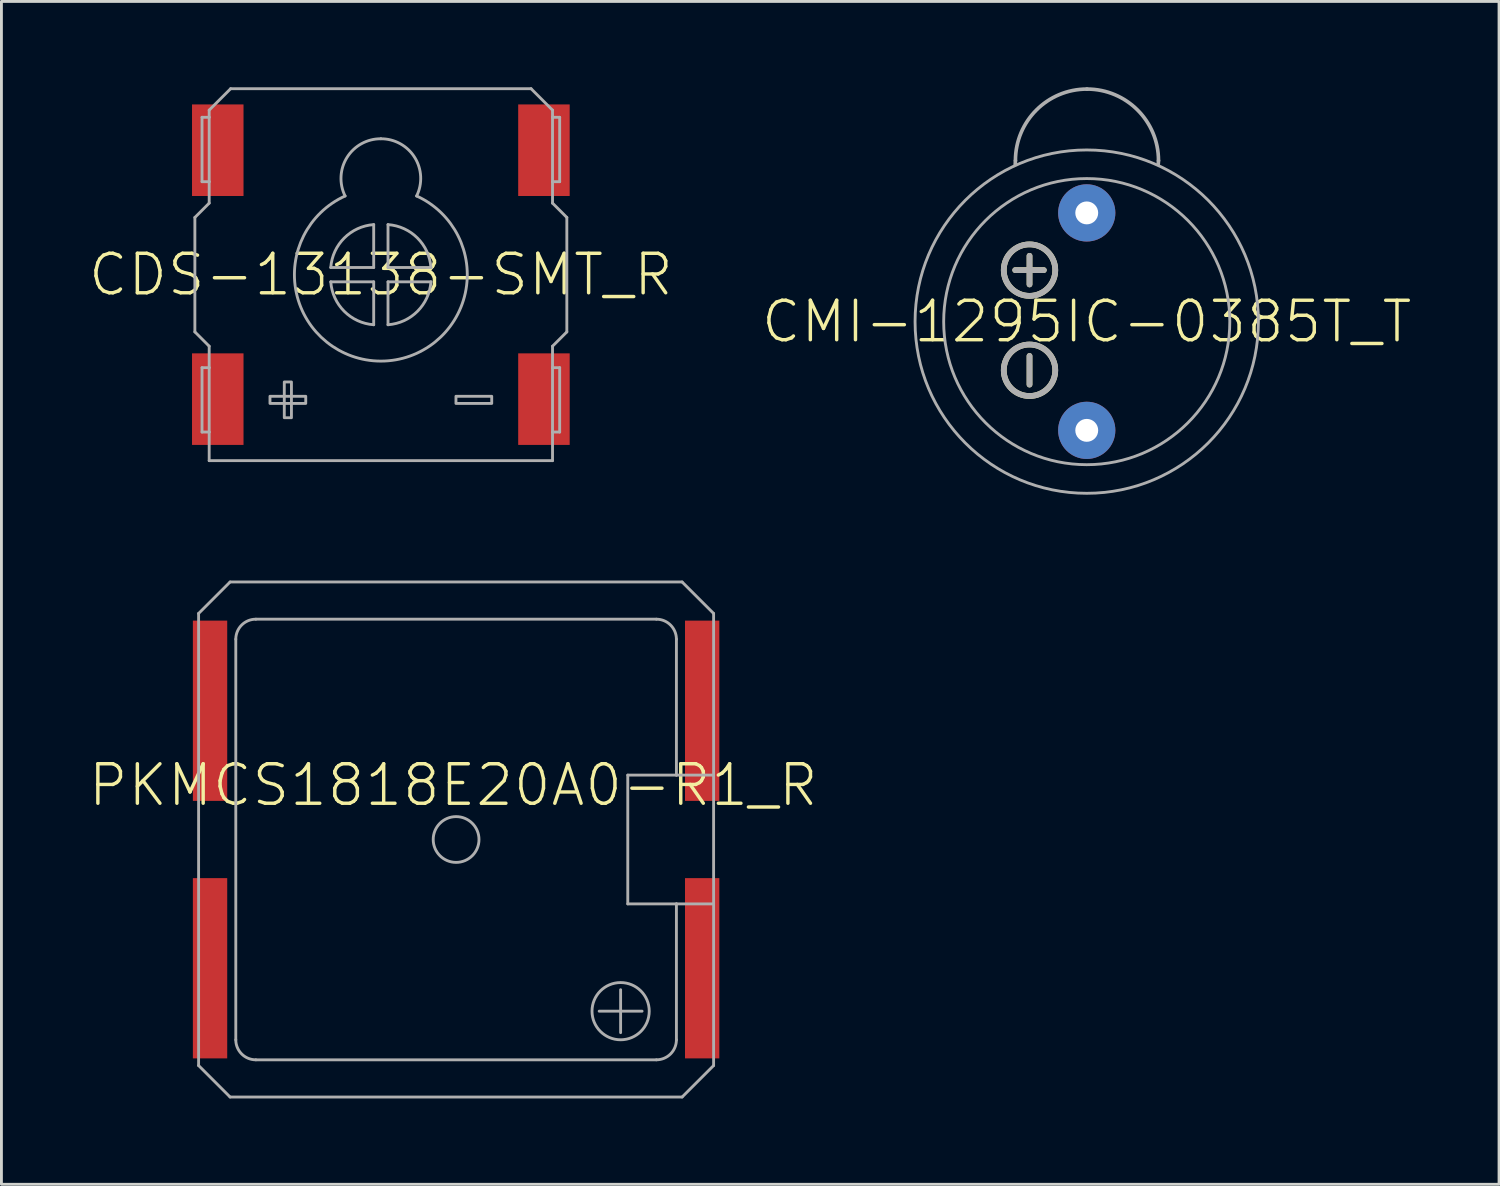
<source format=kicad_pcb>
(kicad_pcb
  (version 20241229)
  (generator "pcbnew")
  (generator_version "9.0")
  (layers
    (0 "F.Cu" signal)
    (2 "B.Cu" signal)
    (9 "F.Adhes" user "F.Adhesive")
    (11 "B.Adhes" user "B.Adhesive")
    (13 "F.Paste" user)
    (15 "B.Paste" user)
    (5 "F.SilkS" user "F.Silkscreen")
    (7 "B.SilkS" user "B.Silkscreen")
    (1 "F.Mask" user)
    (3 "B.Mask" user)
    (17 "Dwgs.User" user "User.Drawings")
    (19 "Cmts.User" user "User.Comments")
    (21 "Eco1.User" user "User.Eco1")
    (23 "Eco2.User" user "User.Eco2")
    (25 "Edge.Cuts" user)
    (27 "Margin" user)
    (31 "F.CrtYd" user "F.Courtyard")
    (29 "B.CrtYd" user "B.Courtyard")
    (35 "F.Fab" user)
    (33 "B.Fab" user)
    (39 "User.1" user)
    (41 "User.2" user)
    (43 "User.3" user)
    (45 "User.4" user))
  (footprint "CMI-1295IC-0385T_T"
    (layer "F.Cu")
    (at 34.932 8.191)
    (property "Reference" "CMI-1295IC-0385T_T" (at 0 0 0) (unlocked yes) (layer "F.SilkS") (effects (font (size 1.38 1.38) (thickness 0.12))))
    (fp_line (start -2 -2.3) (end -2 -1.3) (stroke (width 0.2) (type solid)) (layer "F.SilkS"))
    (fp_line (start -2 1.2) (end -2 2.2) (stroke (width 0.2) (type solid)) (layer "F.SilkS"))
    (fp_line (start -1.5 -1.8) (end -2.5 -1.8) (stroke (width 0.2) (type solid)) (layer "F.SilkS"))
    (fp_circle (center -2 -1.8) (end -1.1 -1.8) (stroke (width 0.2) (type solid)) (fill no) (layer "F.SilkS"))
    (fp_circle (center -2 1.7) (end -1.1 1.7) (stroke (width 0.2) (type solid)) (fill no) (layer "F.SilkS"))
    (fp_line (start -2.492 -5.628) (end -2.5 -5.5) (stroke (width 0.127) (type solid)) (layer "F.Fab"))
    (fp_line (start -2 -2.3) (end -2 -1.3) (stroke (width 0.2) (type solid)) (layer "F.Fab"))
    (fp_line (start -2 1.2) (end -2 2.2) (stroke (width 0.2) (type solid)) (layer "F.Fab"))
    (fp_line (start -1.5 -1.8) (end -2.5 -1.8) (stroke (width 0.2) (type solid)) (layer "F.Fab"))
    (fp_line (start 2.508 -5.628) (end 2.5 -5.5) (stroke (width 0.127) (type solid)) (layer "F.Fab"))
    (fp_arc (start -2.492 -5.628) (mid -1.759767 -7.395767) (end 0.008 -8.128) (stroke (width 0.127) (type solid)) (layer "F.Fab"))
    (fp_arc (start 0.008 -8.128) (mid 1.775767 -7.395766) (end 2.507999 -5.627999) (stroke (width 0.127) (type solid)) (layer "F.Fab"))
    (fp_circle (center -2 -1.8) (end -1.1 -1.8) (stroke (width 0.2) (type solid)) (fill no) (layer "F.Fab"))
    (fp_circle (center -2 1.7) (end -1.1 1.7) (stroke (width 0.2) (type solid)) (fill no) (layer "F.Fab"))
    (fp_circle (center 0 0) (end 5 0) (stroke (width 0.1) (type solid)) (fill no) (layer "F.Fab"))
    (fp_circle (center 0 0) (end 6 0) (stroke (width 0.1) (type solid)) (fill no) (layer "F.Fab"))
    (pad "M" thru_hole circle (at 0 3.8) (size 2 2) (drill 0.8) (layers "*.Cu" "*.Mask"))
    (pad "P" thru_hole circle (at 0 -3.8) (size 2 2) (drill 0.8) (layers "*.Cu" "*.Mask")))
  (footprint "CDS-13138-SMT_R"
    (layer "F.Cu")
    (at 10.261 6.55)
    (property "Reference" "CDS-13138-SMT_R" (at 0 0 0) (unlocked yes) (layer "F.SilkS") (effects (font (size 1.38 1.38) (thickness 0.12))))
    (fp_line (start -6.5 -2) (end -6.5 2) (stroke (width 0.1) (type solid)) (layer "F.Fab"))
    (fp_line (start -6.25 -5.5) (end -6 -5.5) (stroke (width 0.1) (type solid)) (layer "F.Fab"))
    (fp_line (start -6.25 -3.25) (end -6.25 -5.5) (stroke (width 0.1) (type solid)) (layer "F.Fab"))
    (fp_line (start -6.25 3.25) (end -6 3.25) (stroke (width 0.1) (type solid)) (layer "F.Fab"))
    (fp_line (start -6.25 5.5) (end -6.25 3.25) (stroke (width 0.1) (type solid)) (layer "F.Fab"))
    (fp_line (start -6 -5.75) (end -5.25 -6.5) (stroke (width 0.1) (type solid)) (layer "F.Fab"))
    (fp_line (start -6 -5.5) (end -6 -5.75) (stroke (width 0.1) (type solid)) (layer "F.Fab"))
    (fp_line (start -6 -3.25) (end -6.25 -3.25) (stroke (width 0.1) (type solid)) (layer "F.Fab"))
    (fp_line (start -6 -3.25) (end -6 -5.5) (stroke (width 0.1) (type solid)) (layer "F.Fab"))
    (fp_line (start -6 -2.5) (end -6.5 -2) (stroke (width 0.1) (type solid)) (layer "F.Fab"))
    (fp_line (start -6 -2.5) (end -6 -3.25) (stroke (width 0.1) (type solid)) (layer "F.Fab"))
    (fp_line (start -6 2.5) (end -6.5 2) (stroke (width 0.1) (type solid)) (layer "F.Fab"))
    (fp_line (start -6 3.25) (end -6 2.5) (stroke (width 0.1) (type solid)) (layer "F.Fab"))
    (fp_line (start -6 5.5) (end -6.25 5.5) (stroke (width 0.1) (type solid)) (layer "F.Fab"))
    (fp_line (start -6 5.5) (end -6 3.25) (stroke (width 0.1) (type solid)) (layer "F.Fab"))
    (fp_line (start -6 6.5) (end -6 5.5) (stroke (width 0.1) (type solid)) (layer "F.Fab"))
    (fp_line (start -6 6.5) (end 6 6.5) (stroke (width 0.1) (type solid)) (layer "F.Fab"))
    (fp_line (start -1.75 0.25) (end -0.25 0.25) (stroke (width 0.1) (type solid)) (layer "F.Fab"))
    (fp_line (start -0.25 -1.75) (end -0.25 -0.25) (stroke (width 0.1) (type solid)) (layer "F.Fab"))
    (fp_line (start -0.25 -0.25) (end -1.75 -0.25) (stroke (width 0.1) (type solid)) (layer "F.Fab"))
    (fp_line (start -0.25 0.25) (end -0.25 1.75) (stroke (width 0.1) (type solid)) (layer "F.Fab"))
    (fp_line (start 0.25 -0.25) (end 0.25 -1.75) (stroke (width 0.1) (type solid)) (layer "F.Fab"))
    (fp_line (start 0.25 0.25) (end 1.75 0.25) (stroke (width 0.1) (type solid)) (layer "F.Fab"))
    (fp_line (start 0.25 1.75) (end 0.25 0.25) (stroke (width 0.1) (type solid)) (layer "F.Fab"))
    (fp_line (start 1.75 -0.25) (end 0.25 -0.25) (stroke (width 0.1) (type solid)) (layer "F.Fab"))
    (fp_line (start 5.25 -6.5) (end -5.25 -6.5) (stroke (width 0.1) (type solid)) (layer "F.Fab"))
    (fp_line (start 6 -5.75) (end 5.25 -6.5) (stroke (width 0.1) (type solid)) (layer "F.Fab"))
    (fp_line (start 6 -5.5) (end 6 -5.75) (stroke (width 0.1) (type solid)) (layer "F.Fab"))
    (fp_line (start 6 -5.5) (end 6.25 -5.5) (stroke (width 0.1) (type solid)) (layer "F.Fab"))
    (fp_line (start 6 -3.25) (end 6 -5.5) (stroke (width 0.1) (type solid)) (layer "F.Fab"))
    (fp_line (start 6 -2.5) (end 6 -3.25) (stroke (width 0.1) (type solid)) (layer "F.Fab"))
    (fp_line (start 6 -2.5) (end 6.5 -2) (stroke (width 0.1) (type solid)) (layer "F.Fab"))
    (fp_line (start 6 2.5) (end 6.5 2) (stroke (width 0.1) (type solid)) (layer "F.Fab"))
    (fp_line (start 6 3.25) (end 6 2.5) (stroke (width 0.1) (type solid)) (layer "F.Fab"))
    (fp_line (start 6 3.25) (end 6.25 3.25) (stroke (width 0.1) (type solid)) (layer "F.Fab"))
    (fp_line (start 6 5.5) (end 6 3.25) (stroke (width 0.1) (type solid)) (layer "F.Fab"))
    (fp_line (start 6 6.5) (end 6 5.5) (stroke (width 0.1) (type solid)) (layer "F.Fab"))
    (fp_line (start 6.25 -5.5) (end 6.25 -3.25) (stroke (width 0.1) (type solid)) (layer "F.Fab"))
    (fp_line (start 6.25 -3.25) (end 6 -3.25) (stroke (width 0.1) (type solid)) (layer "F.Fab"))
    (fp_line (start 6.25 3.25) (end 6.25 5.5) (stroke (width 0.1) (type solid)) (layer "F.Fab"))
    (fp_line (start 6.25 5.5) (end 6 5.5) (stroke (width 0.1) (type solid)) (layer "F.Fab"))
    (fp_line (start 6.5 2) (end 6.5 -2) (stroke (width 0.1) (type solid)) (layer "F.Fab"))
    (fp_arc (start -1.75 -0.25) (mid -1.279928 -1.279929) (end -0.249999 -1.75) (stroke (width 0.1) (type solid)) (layer "F.Fab"))
    (fp_arc (start -1.25 -2.75) (mid -1.182536 -4.09846) (end 0.000001 -4.749999) (stroke (width 0.1) (type solid)) (layer "F.Fab"))
    (fp_arc (start -0.25 1.75) (mid -1.279929 1.279928) (end -1.75 0.249999) (stroke (width 0.1) (type solid)) (layer "F.Fab"))
    (fp_arc (start -0.000001 -4.749999) (mid 1.182536 -4.09846) (end 1.25 -2.75) (stroke (width 0.1) (type solid)) (layer "F.Fab"))
    (fp_arc (start 0.25 -1.75) (mid 1.279929 -1.279928) (end 1.75 -0.249999) (stroke (width 0.1) (type solid)) (layer "F.Fab"))
    (fp_arc (start 1.25 -2.75) (mid 0 3.020761) (end -1.25 -2.75) (stroke (width 0.1) (type solid)) (layer "F.Fab"))
    (fp_arc (start 1.75 0.25) (mid 1.279928 1.279929) (end 0.249999 1.75) (stroke (width 0.1) (type solid)) (layer "F.Fab"))
    (fp_poly (pts (xy -3.875 4.5) (xy -2.625 4.5) (xy -2.625 4.25) (xy -3.875 4.25)) (stroke (width 0.1) (type default)) (fill no) (layer "F.Fab"))
    (fp_poly (pts (xy -3.375 5) (xy -3.125 5) (xy -3.125 3.75) (xy -3.375 3.75)) (stroke (width 0.1) (type default)) (fill no) (layer "F.Fab"))
    (fp_poly (pts (xy 2.625 4.5) (xy 3.875 4.5) (xy 3.875 4.25) (xy 2.625 4.25)) (stroke (width 0.1) (type default)) (fill no) (layer "F.Fab"))
    (pad "1" smd rect (at -5.7 4.35) (size 1.8 3.2) (layers "F.Cu" "F.Mask" "F.Paste"))
    (pad "2" smd rect (at 5.7 4.35) (size 1.8 3.2) (layers "F.Cu" "F.Mask" "F.Paste"))
    (pad "3" smd rect (at 5.7 -4.35) (size 1.8 3.2) (layers "F.Cu" "F.Mask" "F.Paste"))
    (pad "4" smd rect (at -5.7 -4.35) (size 1.8 3.2) (layers "F.Cu" "F.Mask" "F.Paste")))
  (footprint "PKMCS1818E20A0-R1_R"
    (layer "F.Cu")
    (at 12.891 26.291)
    (property "Reference" "PKMCS1818E20A0-R1_R" (at -0.1 -1.9 0) (unlocked yes) (layer "F.SilkS") (effects (font (size 1.38 1.38) (thickness 0.12))))
    (fp_line (start -9 -7.9) (end -9 7.9) (stroke (width 0.1) (type solid)) (layer "F.Fab"))
    (fp_line (start -9 -7.9) (end -7.9 -9) (stroke (width 0.1) (type solid)) (layer "F.Fab"))
    (fp_line (start -9 7.9) (end -7.9 9) (stroke (width 0.1) (type solid)) (layer "F.Fab"))
    (fp_line (start -7.9 -9) (end 7.9 -9) (stroke (width 0.1) (type solid)) (layer "F.Fab"))
    (fp_line (start -7.7 -7) (end -7.7 7) (stroke (width 0.1) (type solid)) (layer "F.Fab"))
    (fp_line (start -7 -7.7) (end 7 -7.7) (stroke (width 0.1) (type solid)) (layer "F.Fab"))
    (fp_line (start 5 6) (end 6.5 6) (stroke (width 0.1) (type solid)) (layer "F.Fab"))
    (fp_line (start 5.75 5.25) (end 5.75 6.75) (stroke (width 0.1) (type solid)) (layer "F.Fab"))
    (fp_line (start 6 -2.25) (end 6 2.25) (stroke (width 0.1) (type solid)) (layer "F.Fab"))
    (fp_line (start 6 2.25) (end 7.7 2.25) (stroke (width 0.1) (type solid)) (layer "F.Fab"))
    (fp_line (start 7 7.7) (end -7 7.7) (stroke (width 0.1) (type solid)) (layer "F.Fab"))
    (fp_line (start 7.7 -7) (end 7.7 -2.25) (stroke (width 0.1) (type solid)) (layer "F.Fab"))
    (fp_line (start 7.7 -2.25) (end 6 -2.25) (stroke (width 0.1) (type solid)) (layer "F.Fab"))
    (fp_line (start 7.7 2.25) (end 9 2.25) (stroke (width 0.1) (type solid)) (layer "F.Fab"))
    (fp_line (start 7.7 7) (end 7.7 2.25) (stroke (width 0.1) (type solid)) (layer "F.Fab"))
    (fp_line (start 7.9 9) (end -7.9 9) (stroke (width 0.1) (type solid)) (layer "F.Fab"))
    (fp_line (start 9 -7.9) (end 7.9 -9) (stroke (width 0.1) (type solid)) (layer "F.Fab"))
    (fp_line (start 9 -7.9) (end 9 -2.25) (stroke (width 0.1) (type solid)) (layer "F.Fab"))
    (fp_line (start 9 -2.25) (end 7.7 -2.25) (stroke (width 0.1) (type solid)) (layer "F.Fab"))
    (fp_line (start 9 2.25) (end 9 -2.25) (stroke (width 0.1) (type solid)) (layer "F.Fab"))
    (fp_line (start 9 7.9) (end 7.9 9) (stroke (width 0.1) (type solid)) (layer "F.Fab"))
    (fp_line (start 9 7.9) (end 9 2.25) (stroke (width 0.1) (type solid)) (layer "F.Fab"))
    (fp_arc (start -7.7 -7) (mid -7.494975 -7.494975) (end -7 -7.7) (stroke (width 0.1) (type solid)) (layer "F.Fab"))
    (fp_arc (start -7 7.7) (mid -7.494975 7.494975) (end -7.7 7) (stroke (width 0.1) (type solid)) (layer "F.Fab"))
    (fp_arc (start 7 -7.7) (mid 7.494975 -7.494975) (end 7.7 -7) (stroke (width 0.1) (type solid)) (layer "F.Fab"))
    (fp_arc (start 7.7 7) (mid 7.494975 7.494975) (end 7 7.7) (stroke (width 0.1) (type solid)) (layer "F.Fab"))
    (fp_circle (center 0 0) (end 0.8 0) (stroke (width 0.1) (type solid)) (fill no) (layer "F.Fab"))
    (fp_circle (center 5.75 6) (end 6.75 6) (stroke (width 0.1) (type solid)) (fill no) (layer "F.Fab"))
    (pad "1" smd rect (at -8.6 -4.5) (size 1.2 6.3) (layers "F.Cu" "F.Mask" "F.Paste"))
    (pad "2" smd rect (at -8.6 4.5) (size 1.2 6.3) (layers "F.Cu" "F.Mask" "F.Paste"))
    (pad "3" smd rect (at 8.6 4.5) (size 1.2 6.3) (layers "F.Cu" "F.Mask" "F.Paste"))
    (pad "4" smd rect (at 8.6 -4.5) (size 1.2 6.3) (layers "F.Cu" "F.Mask" "F.Paste")))
  (gr_rect
    (start -3 -3)
    (end 49.342 38.342)
    (stroke (width 0.1) (type default))
    (fill no)
    (layer "Edge.Cuts")))
</source>
